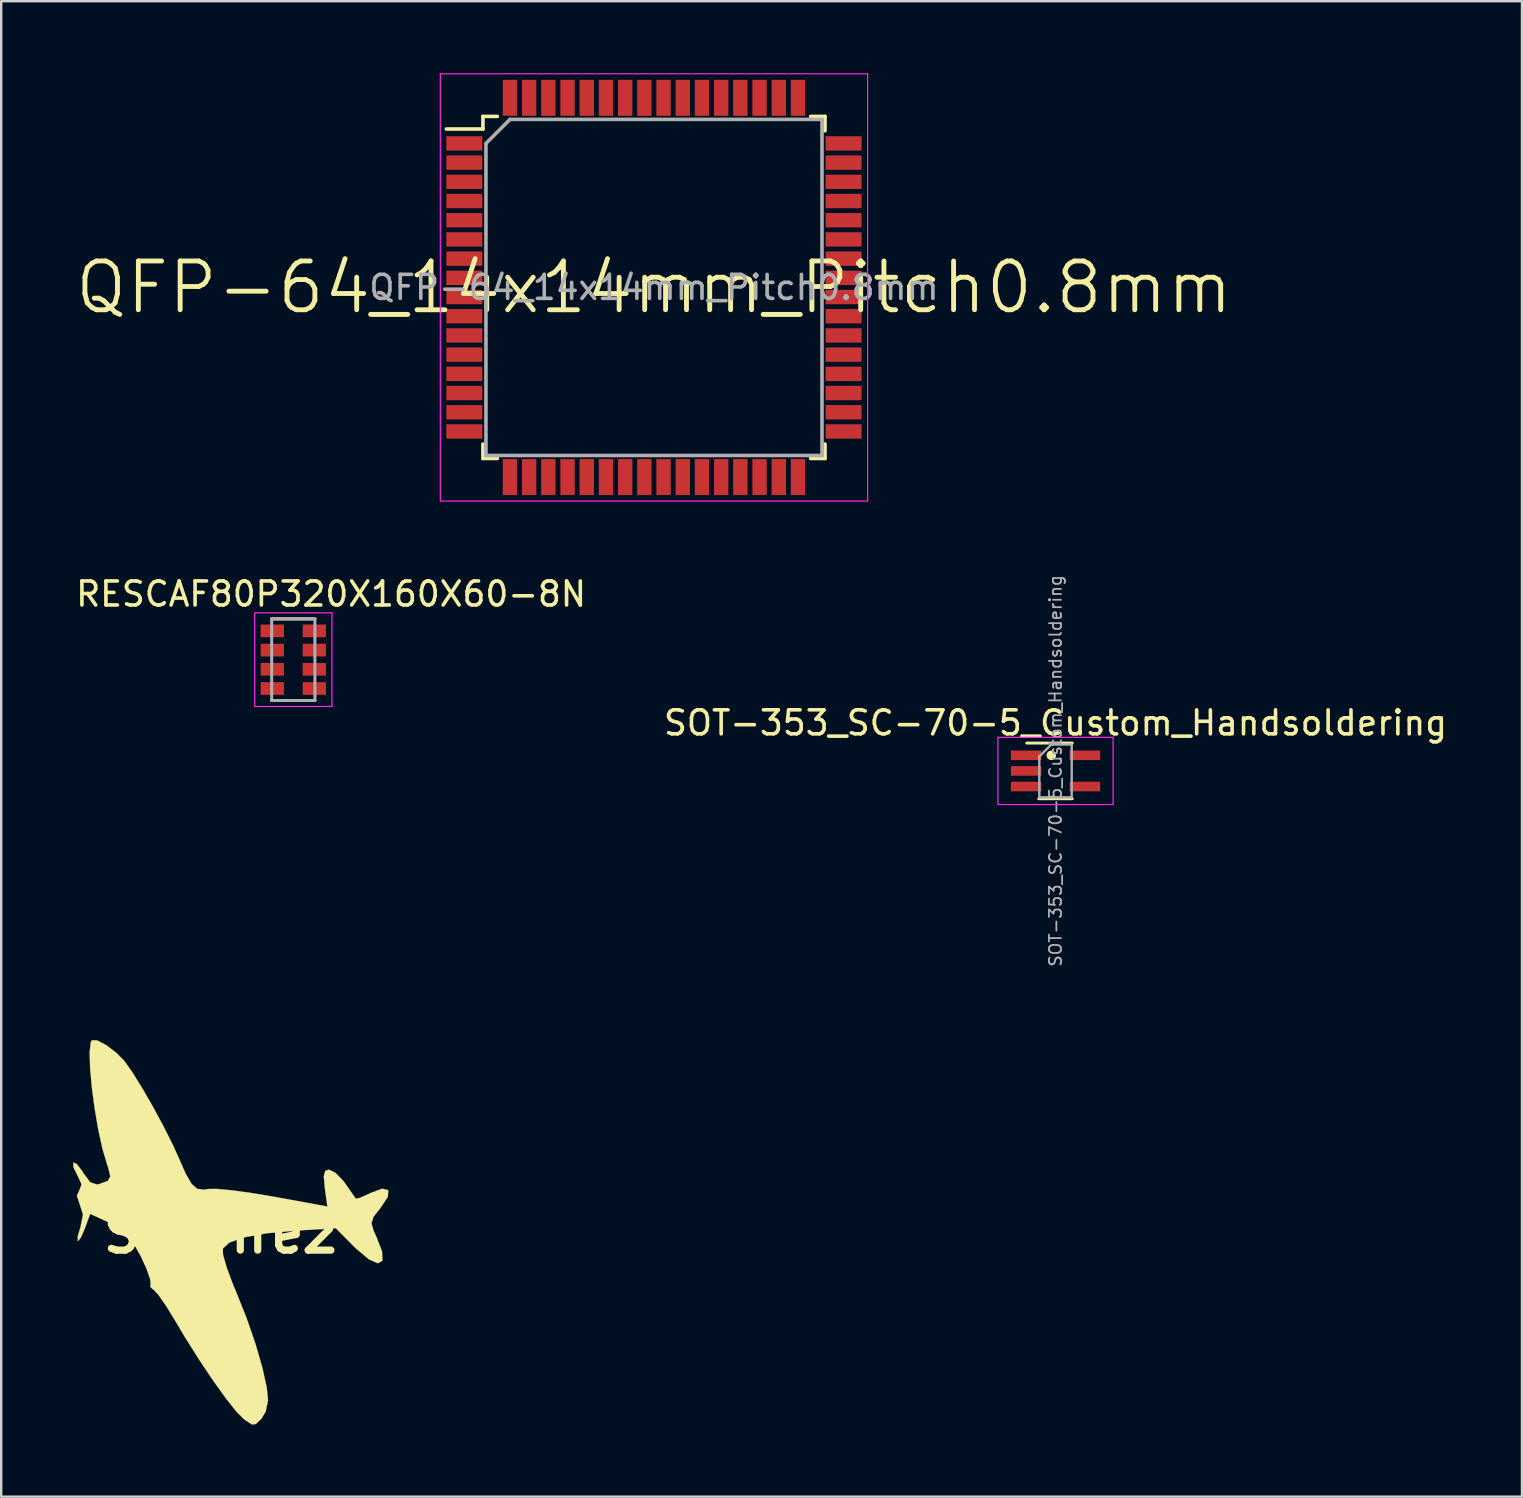
<source format=kicad_pcb>
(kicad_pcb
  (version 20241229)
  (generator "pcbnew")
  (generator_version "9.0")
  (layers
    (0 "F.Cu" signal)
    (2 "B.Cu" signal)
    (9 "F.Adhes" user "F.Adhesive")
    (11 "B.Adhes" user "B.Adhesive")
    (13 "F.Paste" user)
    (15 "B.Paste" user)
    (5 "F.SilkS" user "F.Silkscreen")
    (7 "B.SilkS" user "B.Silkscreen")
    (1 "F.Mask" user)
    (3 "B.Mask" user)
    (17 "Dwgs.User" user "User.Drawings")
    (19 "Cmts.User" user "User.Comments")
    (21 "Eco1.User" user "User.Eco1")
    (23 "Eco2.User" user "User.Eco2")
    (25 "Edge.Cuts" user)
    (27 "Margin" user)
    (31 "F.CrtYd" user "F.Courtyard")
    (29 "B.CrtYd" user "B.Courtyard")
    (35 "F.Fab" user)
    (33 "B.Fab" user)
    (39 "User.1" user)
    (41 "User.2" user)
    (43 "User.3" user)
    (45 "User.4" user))
  (footprint "SOT-353_SC-70-5_Custom_Handsoldering"
    (layer "F.Cu")
    (at 40.923 29.067)
    (property "Reference" "SOT-353_SC-70-5_Custom_Handsoldering" (at 0 -2 0) (layer "F.SilkS") (effects (font (size 1 1) (thickness 0.15))))
    (attr smd)
    (fp_line (start -0.7 1.16) (end 0.7 1.16) (stroke (width 0.12) (type solid)) (layer "F.SilkS"))
    (fp_line (start 0.7 -1.16) (end -1.2 -1.16) (stroke (width 0.12) (type solid)) (layer "F.SilkS"))
    (fp_circle (center -0.175 -0.65) (end -0.075 -0.65) (stroke (width 0.2) (type solid)) (fill no) (layer "F.SilkS"))
    (fp_line (start -2.4 -1.4) (end -2.4 1.4) (stroke (width 0.05) (type solid)) (layer "F.CrtYd"))
    (fp_line (start -2.4 -1.4) (end 2.4 -1.4) (stroke (width 0.05) (type solid)) (layer "F.CrtYd"))
    (fp_line (start -2.4 1.4) (end 2.4 1.4) (stroke (width 0.05) (type solid)) (layer "F.CrtYd"))
    (fp_line (start 2.4 1.4) (end 2.4 -1.4) (stroke (width 0.05) (type solid)) (layer "F.CrtYd"))
    (fp_line (start -0.675 -0.6) (end -0.675 1.1) (stroke (width 0.1) (type solid)) (layer "F.Fab"))
    (fp_line (start -0.175 -1.1) (end -0.675 -0.6) (stroke (width 0.1) (type solid)) (layer "F.Fab"))
    (fp_line (start 0.675 -1.1) (end -0.175 -1.1) (stroke (width 0.1) (type solid)) (layer "F.Fab"))
    (fp_line (start 0.675 -1.1) (end 0.675 1.1) (stroke (width 0.1) (type solid)) (layer "F.Fab"))
    (fp_line (start 0.675 1.1) (end -0.675 1.1) (stroke (width 0.1) (type solid)) (layer "F.Fab"))
    (fp_text user "${REFERENCE}" (at 0 0 270) (layer "F.Fab") (effects (font (size 0.5 0.5) (thickness 0.075))))
    (pad "1" smd rect (at -1.225 -0.65) (size 1.27 0.4) (layers "F.Cu" "F.Mask" "F.Paste"))
    (pad "2" smd rect (at -1.225 0) (size 1.27 0.4) (layers "F.Cu" "F.Mask" "F.Paste"))
    (pad "3" smd rect (at -1.225 0.65) (size 1.27 0.4) (layers "F.Cu" "F.Mask" "F.Paste"))
    (pad "4" smd rect (at 1.225 0.65) (size 1.27 0.4) (layers "F.Cu" "F.Mask" "F.Paste"))
    (pad "5" smd rect (at 1.225 -0.65) (size 1.27 0.4) (layers "F.Cu" "F.Mask" "F.Paste")))
  (footprint "Spitfire2"
    (layer "F.Cu")
    (at 6.163 48.342)
    (property "Reference" "Spitfire2" (at 0 0 180) (layer "F.SilkS") (effects (font (size 1.524 1.524) (thickness 0.3))))
    (attr through_hole)
    (fp_poly (pts (xy -5.167 -8.049) (xy -4.796 -7.856) (xy -4.374 -7.537) (xy -4.046 -7.207) (xy -3.731 -6.77) (xy -3.317 -6.107) (xy -2.858 -5.312) (xy -2.406 -4.479) (xy -2.016 -3.703) (xy -1.787 -3.197) (xy -1.477 -2.493) (xy -1.231 -2.068) (xy -0.996 -1.865) (xy -0.72 -1.83) (xy -0.549 -1.857) (xy -0.203 -1.862) (xy 0.408 -1.807) (xy 1.199 -1.702) (xy 2.089 -1.555) (xy 2.168 -1.541) (xy 4.425 -1.128) (xy 4.32 -1.896) (xy 4.277 -2.386) (xy 4.337 -2.614) (xy 4.493 -2.664) (xy 4.766 -2.529) (xy 5.093 -2.192) (xy 5.17 -2.087) (xy 5.433 -1.707) (xy 5.594 -1.475) (xy 5.61 -1.452) (xy 5.776 -1.487) (xy 6.135 -1.646) (xy 6.221 -1.689) (xy 6.714 -1.871) (xy 6.962 -1.808) (xy 6.944 -1.53) (xy 6.644 -1.078) (xy 6.349 -0.701) (xy 6.261 -0.432) (xy 6.355 -0.11) (xy 6.457 0.108) (xy 6.703 0.749) (xy 6.72 1.129) (xy 6.529 1.238) (xy 6.151 1.068) (xy 5.605 0.61) (xy 5.504 0.509) (xy 4.777 -0.225) (xy 3.143 -0.126) (xy 1.905 -0.013) (xy 0.966 0.154) (xy 0.346 0.371) (xy 0.06 0.633) (xy 0.059 0.635) (xy 0.083 0.902) (xy 0.229 1.406) (xy 0.471 2.061) (xy 0.63 2.445) (xy 1.057 3.512) (xy 1.428 4.587) (xy 1.717 5.587) (xy 1.901 6.424) (xy 1.954 6.947) (xy 1.855 7.417) (xy 1.675 7.714) (xy 1.447 7.932) (xy 1.287 7.954) (xy 1.024 7.784) (xy 0.957 7.737) (xy 0.653 7.437) (xy 0.215 6.887) (xy -0.317 6.147) (xy -0.902 5.275) (xy -1.497 4.332) (xy -1.934 3.597) (xy -2.296 3.008) (xy -2.608 2.56) (xy -2.82 2.327) (xy -2.86 2.309) (xy -2.961 2.201) (xy -2.935 2.139) (xy -2.955 1.903) (xy -3.112 1.457) (xy -3.35 0.938) (xy -3.706 0.309) (xy -4.058 -0.094) (xy -4.514 -0.386) (xy -4.664 -0.458) (xy -5.458 -0.823) (xy -5.676 -0.221) (xy -5.836 0.152) (xy -5.956 0.309) (xy -5.972 0.304) (xy -5.97 0.103) (xy -5.858 -0.275) (xy -5.857 -0.279) (xy -5.756 -0.793) (xy -5.884 -1.196) (xy -6.01 -1.576) (xy -5.905 -1.804) (xy -5.814 -2.053) (xy -5.986 -2.427) (xy -6.154 -2.766) (xy -6.158 -2.96) (xy -6.011 -2.896) (xy -5.786 -2.601) (xy -5.734 -2.514) (xy -5.454 -2.136) (xy -5.174 -2.044) (xy -5.062 -2.068) (xy -4.721 -2.198) (xy -4.617 -2.383) (xy -4.703 -2.742) (xy -4.755 -2.891) (xy -4.946 -3.541) (xy -5.122 -4.344) (xy -5.272 -5.224) (xy -5.388 -6.103) (xy -5.46 -6.904) (xy -5.478 -7.549) (xy -5.433 -7.961) (xy -5.387 -8.053) (xy -5.167 -8.049)) (stroke (width 0.01) (type solid)) (fill yes) (layer "F.SilkS")))
  (footprint "QFP-64_14x14mm_Pitch0.8mm"
    (layer "F.Cu")
    (at 24.195 8.925)
    (property "Reference" "QFP-64_14x14mm_Pitch0.8mm" (at 0 0 0) (layer "F.SilkS") (effects (font (size 2.032 2.032) (thickness 0.203))))
    (attr smd)
    (fp_line (start -7.125 -7.125) (end -7.125 -6.6) (stroke (width 0.15) (type solid)) (layer "F.SilkS"))
    (fp_line (start -7.125 -7.125) (end -6.525 -7.125) (stroke (width 0.15) (type solid)) (layer "F.SilkS"))
    (fp_line (start -7.125 -6.6) (end -8.65 -6.6) (stroke (width 0.15) (type solid)) (layer "F.SilkS"))
    (fp_line (start -7.125 7.125) (end -7.125 6.525) (stroke (width 0.15) (type solid)) (layer "F.SilkS"))
    (fp_line (start -7.125 7.125) (end -6.525 7.125) (stroke (width 0.15) (type solid)) (layer "F.SilkS"))
    (fp_line (start 7.125 -7.125) (end 6.525 -7.125) (stroke (width 0.15) (type solid)) (layer "F.SilkS"))
    (fp_line (start 7.125 -7.125) (end 7.125 -6.525) (stroke (width 0.15) (type solid)) (layer "F.SilkS"))
    (fp_line (start 7.125 7.125) (end 6.525 7.125) (stroke (width 0.15) (type solid)) (layer "F.SilkS"))
    (fp_line (start 7.125 7.125) (end 7.125 6.525) (stroke (width 0.15) (type solid)) (layer "F.SilkS"))
    (fp_line (start -8.9 -8.9) (end -8.9 8.9) (stroke (width 0.05) (type solid)) (layer "F.CrtYd"))
    (fp_line (start -8.9 -8.9) (end 8.9 -8.9) (stroke (width 0.05) (type solid)) (layer "F.CrtYd"))
    (fp_line (start -8.9 8.9) (end 8.9 8.9) (stroke (width 0.05) (type solid)) (layer "F.CrtYd"))
    (fp_line (start 8.9 -8.9) (end 8.9 8.9) (stroke (width 0.05) (type solid)) (layer "F.CrtYd"))
    (fp_line (start -7 -6) (end -6 -7) (stroke (width 0.15) (type solid)) (layer "F.Fab"))
    (fp_line (start -7 7) (end -7 -6) (stroke (width 0.15) (type solid)) (layer "F.Fab"))
    (fp_line (start -6 -7) (end 7 -7) (stroke (width 0.15) (type solid)) (layer "F.Fab"))
    (fp_line (start 7 -7) (end 7 7) (stroke (width 0.15) (type solid)) (layer "F.Fab"))
    (fp_line (start 7 7) (end -7 7) (stroke (width 0.15) (type solid)) (layer "F.Fab"))
    (fp_text user "${REFERENCE}" (at 0 0 0) (layer "F.Fab") (effects (font (size 1 1) (thickness 0.15))))
    (pad "1" smd rect (at -7.9 -6) (size 1.5 0.6) (layers "F.Cu" "F.Mask" "F.Paste"))
    (pad "2" smd rect (at -7.9 -5.2) (size 1.5 0.6) (layers "F.Cu" "F.Mask" "F.Paste"))
    (pad "3" smd rect (at -7.9 -4.4) (size 1.5 0.6) (layers "F.Cu" "F.Mask" "F.Paste"))
    (pad "4" smd rect (at -7.9 -3.6) (size 1.5 0.6) (layers "F.Cu" "F.Mask" "F.Paste"))
    (pad "5" smd rect (at -7.9 -2.8) (size 1.5 0.6) (layers "F.Cu" "F.Mask" "F.Paste"))
    (pad "6" smd rect (at -7.9 -2) (size 1.5 0.6) (layers "F.Cu" "F.Mask" "F.Paste"))
    (pad "7" smd rect (at -7.9 -1.2) (size 1.5 0.6) (layers "F.Cu" "F.Mask" "F.Paste"))
    (pad "8" smd rect (at -7.9 -0.4) (size 1.5 0.6) (layers "F.Cu" "F.Mask" "F.Paste"))
    (pad "9" smd rect (at -7.9 0.4) (size 1.5 0.6) (layers "F.Cu" "F.Mask" "F.Paste"))
    (pad "10" smd rect (at -7.9 1.2) (size 1.5 0.6) (layers "F.Cu" "F.Mask" "F.Paste"))
    (pad "11" smd rect (at -7.9 2) (size 1.5 0.6) (layers "F.Cu" "F.Mask" "F.Paste"))
    (pad "12" smd rect (at -7.9 2.8) (size 1.5 0.6) (layers "F.Cu" "F.Mask" "F.Paste"))
    (pad "13" smd rect (at -7.9 3.6) (size 1.5 0.6) (layers "F.Cu" "F.Mask" "F.Paste"))
    (pad "14" smd rect (at -7.9 4.4) (size 1.5 0.6) (layers "F.Cu" "F.Mask" "F.Paste"))
    (pad "15" smd rect (at -7.9 5.2) (size 1.5 0.6) (layers "F.Cu" "F.Mask" "F.Paste"))
    (pad "16" smd rect (at -7.9 6) (size 1.5 0.6) (layers "F.Cu" "F.Mask" "F.Paste"))
    (pad "17" smd rect (at -6 7.9 90) (size 1.5 0.6) (layers "F.Cu" "F.Mask" "F.Paste"))
    (pad "18" smd rect (at -5.2 7.9 90) (size 1.5 0.6) (layers "F.Cu" "F.Mask" "F.Paste"))
    (pad "19" smd rect (at -4.4 7.9 90) (size 1.5 0.6) (layers "F.Cu" "F.Mask" "F.Paste"))
    (pad "20" smd rect (at -3.6 7.9 90) (size 1.5 0.6) (layers "F.Cu" "F.Mask" "F.Paste"))
    (pad "21" smd rect (at -2.8 7.9 90) (size 1.5 0.6) (layers "F.Cu" "F.Mask" "F.Paste"))
    (pad "22" smd rect (at -2 7.9 90) (size 1.5 0.6) (layers "F.Cu" "F.Mask" "F.Paste"))
    (pad "23" smd rect (at -1.2 7.9 90) (size 1.5 0.6) (layers "F.Cu" "F.Mask" "F.Paste"))
    (pad "24" smd rect (at -0.4 7.9 90) (size 1.5 0.6) (layers "F.Cu" "F.Mask" "F.Paste"))
    (pad "25" smd rect (at 0.4 7.9 90) (size 1.5 0.6) (layers "F.Cu" "F.Mask" "F.Paste"))
    (pad "26" smd rect (at 1.2 7.9 90) (size 1.5 0.6) (layers "F.Cu" "F.Mask" "F.Paste"))
    (pad "27" smd rect (at 2 7.9 90) (size 1.5 0.6) (layers "F.Cu" "F.Mask" "F.Paste"))
    (pad "28" smd rect (at 2.8 7.9 90) (size 1.5 0.6) (layers "F.Cu" "F.Mask" "F.Paste"))
    (pad "29" smd rect (at 3.6 7.9 90) (size 1.5 0.6) (layers "F.Cu" "F.Mask" "F.Paste"))
    (pad "30" smd rect (at 4.4 7.9 90) (size 1.5 0.6) (layers "F.Cu" "F.Mask" "F.Paste"))
    (pad "31" smd rect (at 5.2 7.9 90) (size 1.5 0.6) (layers "F.Cu" "F.Mask" "F.Paste"))
    (pad "32" smd rect (at 6 7.9 90) (size 1.5 0.6) (layers "F.Cu" "F.Mask" "F.Paste"))
    (pad "33" smd rect (at 7.9 6) (size 1.5 0.6) (layers "F.Cu" "F.Mask" "F.Paste"))
    (pad "34" smd rect (at 7.9 5.2) (size 1.5 0.6) (layers "F.Cu" "F.Mask" "F.Paste"))
    (pad "35" smd rect (at 7.9 4.4) (size 1.5 0.6) (layers "F.Cu" "F.Mask" "F.Paste"))
    (pad "36" smd rect (at 7.9 3.6) (size 1.5 0.6) (layers "F.Cu" "F.Mask" "F.Paste"))
    (pad "37" smd rect (at 7.9 2.8) (size 1.5 0.6) (layers "F.Cu" "F.Mask" "F.Paste"))
    (pad "38" smd rect (at 7.9 2) (size 1.5 0.6) (layers "F.Cu" "F.Mask" "F.Paste"))
    (pad "39" smd rect (at 7.9 1.2) (size 1.5 0.6) (layers "F.Cu" "F.Mask" "F.Paste"))
    (pad "40" smd rect (at 7.9 0.4) (size 1.5 0.6) (layers "F.Cu" "F.Mask" "F.Paste"))
    (pad "41" smd rect (at 7.9 -0.4) (size 1.5 0.6) (layers "F.Cu" "F.Mask" "F.Paste"))
    (pad "42" smd rect (at 7.9 -1.2) (size 1.5 0.6) (layers "F.Cu" "F.Mask" "F.Paste"))
    (pad "43" smd rect (at 7.9 -2) (size 1.5 0.6) (layers "F.Cu" "F.Mask" "F.Paste"))
    (pad "44" smd rect (at 7.9 -2.8) (size 1.5 0.6) (layers "F.Cu" "F.Mask" "F.Paste"))
    (pad "45" smd rect (at 7.9 -3.6) (size 1.5 0.6) (layers "F.Cu" "F.Mask" "F.Paste"))
    (pad "46" smd rect (at 7.9 -4.4) (size 1.5 0.6) (layers "F.Cu" "F.Mask" "F.Paste"))
    (pad "47" smd rect (at 7.9 -5.2) (size 1.5 0.6) (layers "F.Cu" "F.Mask" "F.Paste"))
    (pad "48" smd rect (at 7.9 -6) (size 1.5 0.6) (layers "F.Cu" "F.Mask" "F.Paste"))
    (pad "49" smd rect (at 6 -7.9 90) (size 1.5 0.6) (layers "F.Cu" "F.Mask" "F.Paste"))
    (pad "50" smd rect (at 5.2 -7.9 90) (size 1.5 0.6) (layers "F.Cu" "F.Mask" "F.Paste"))
    (pad "51" smd rect (at 4.4 -7.9 90) (size 1.5 0.6) (layers "F.Cu" "F.Mask" "F.Paste"))
    (pad "52" smd rect (at 3.6 -7.9 90) (size 1.5 0.6) (layers "F.Cu" "F.Mask" "F.Paste"))
    (pad "53" smd rect (at 2.8 -7.9 90) (size 1.5 0.6) (layers "F.Cu" "F.Mask" "F.Paste"))
    (pad "54" smd rect (at 2 -7.9 90) (size 1.5 0.6) (layers "F.Cu" "F.Mask" "F.Paste"))
    (pad "55" smd rect (at 1.2 -7.9 90) (size 1.5 0.6) (layers "F.Cu" "F.Mask" "F.Paste"))
    (pad "56" smd rect (at 0.4 -7.9 90) (size 1.5 0.6) (layers "F.Cu" "F.Mask" "F.Paste"))
    (pad "57" smd rect (at -0.4 -7.9 90) (size 1.5 0.6) (layers "F.Cu" "F.Mask" "F.Paste"))
    (pad "58" smd rect (at -1.2 -7.9 90) (size 1.5 0.6) (layers "F.Cu" "F.Mask" "F.Paste"))
    (pad "59" smd rect (at -2 -7.9 90) (size 1.5 0.6) (layers "F.Cu" "F.Mask" "F.Paste"))
    (pad "60" smd rect (at -2.8 -7.9 90) (size 1.5 0.6) (layers "F.Cu" "F.Mask" "F.Paste"))
    (pad "61" smd rect (at -3.6 -7.9 90) (size 1.5 0.6) (layers "F.Cu" "F.Mask" "F.Paste"))
    (pad "62" smd rect (at -4.4 -7.9 90) (size 1.5 0.6) (layers "F.Cu" "F.Mask" "F.Paste"))
    (pad "63" smd rect (at -5.2 -7.9 90) (size 1.5 0.6) (layers "F.Cu" "F.Mask" "F.Paste"))
    (pad "64" smd rect (at -6 -7.9 90) (size 1.5 0.6) (layers "F.Cu" "F.Mask" "F.Paste")))
  (footprint "RESCAF80P320X160X60-8N"
    (layer "F.Cu")
    (at 9.169 24.433)
    (property "Reference" "RESCAF80P320X160X60-8N" (at 1.575 -2.735 0) (layer "F.SilkS") (effects (font (size 1 1) (thickness 0.15))))
    (attr through_hole)
    (fp_line (start -0.9 -1.7) (end 0.9 -1.7) (stroke (width 0.127) (type solid)) (layer "F.SilkS"))
    (fp_line (start 0.9 1.7) (end -0.9 1.7) (stroke (width 0.127) (type solid)) (layer "F.SilkS"))
    (fp_line (start -1.61 -1.95) (end 1.61 -1.95) (stroke (width 0.05) (type solid)) (layer "F.CrtYd"))
    (fp_line (start -1.61 1.95) (end -1.61 -1.95) (stroke (width 0.05) (type solid)) (layer "F.CrtYd"))
    (fp_line (start 1.61 -1.95) (end 1.61 1.95) (stroke (width 0.05) (type solid)) (layer "F.CrtYd"))
    (fp_line (start 1.61 1.95) (end -1.61 1.95) (stroke (width 0.05) (type solid)) (layer "F.CrtYd"))
    (fp_line (start -0.9 -1.7) (end 0.9 -1.7) (stroke (width 0.127) (type solid)) (layer "F.Fab"))
    (fp_line (start -0.9 1.7) (end -0.9 -1.7) (stroke (width 0.127) (type solid)) (layer "F.Fab"))
    (fp_line (start 0.9 -1.7) (end 0.9 1.7) (stroke (width 0.127) (type solid)) (layer "F.Fab"))
    (fp_line (start 0.9 1.7) (end -0.9 1.7) (stroke (width 0.127) (type solid)) (layer "F.Fab"))
    (pad "1" smd rect (at -0.875 -1.2) (size 0.97 0.53) (layers "F.Cu" "F.Mask" "F.Paste"))
    (pad "2" smd rect (at -0.875 -0.4) (size 0.97 0.53) (layers "F.Cu" "F.Mask" "F.Paste"))
    (pad "3" smd rect (at -0.875 0.4) (size 0.97 0.53) (layers "F.Cu" "F.Mask" "F.Paste"))
    (pad "4" smd rect (at -0.875 1.2) (size 0.97 0.53) (layers "F.Cu" "F.Mask" "F.Paste"))
    (pad "5" smd rect (at 0.875 1.2) (size 0.97 0.53) (layers "F.Cu" "F.Mask" "F.Paste"))
    (pad "6" smd rect (at 0.875 0.4) (size 0.97 0.53) (layers "F.Cu" "F.Mask" "F.Paste"))
    (pad "7" smd rect (at 0.875 -0.4) (size 0.97 0.53) (layers "F.Cu" "F.Mask" "F.Paste"))
    (pad "8" smd rect (at 0.875 -1.2) (size 0.97 0.53) (layers "F.Cu" "F.Mask" "F.Paste")))
  (gr_rect
    (start -3 -3)
    (end 60.357 59.301)
    (stroke (width 0.1) (type default))
    (fill no)
    (layer "Edge.Cuts")))
</source>
